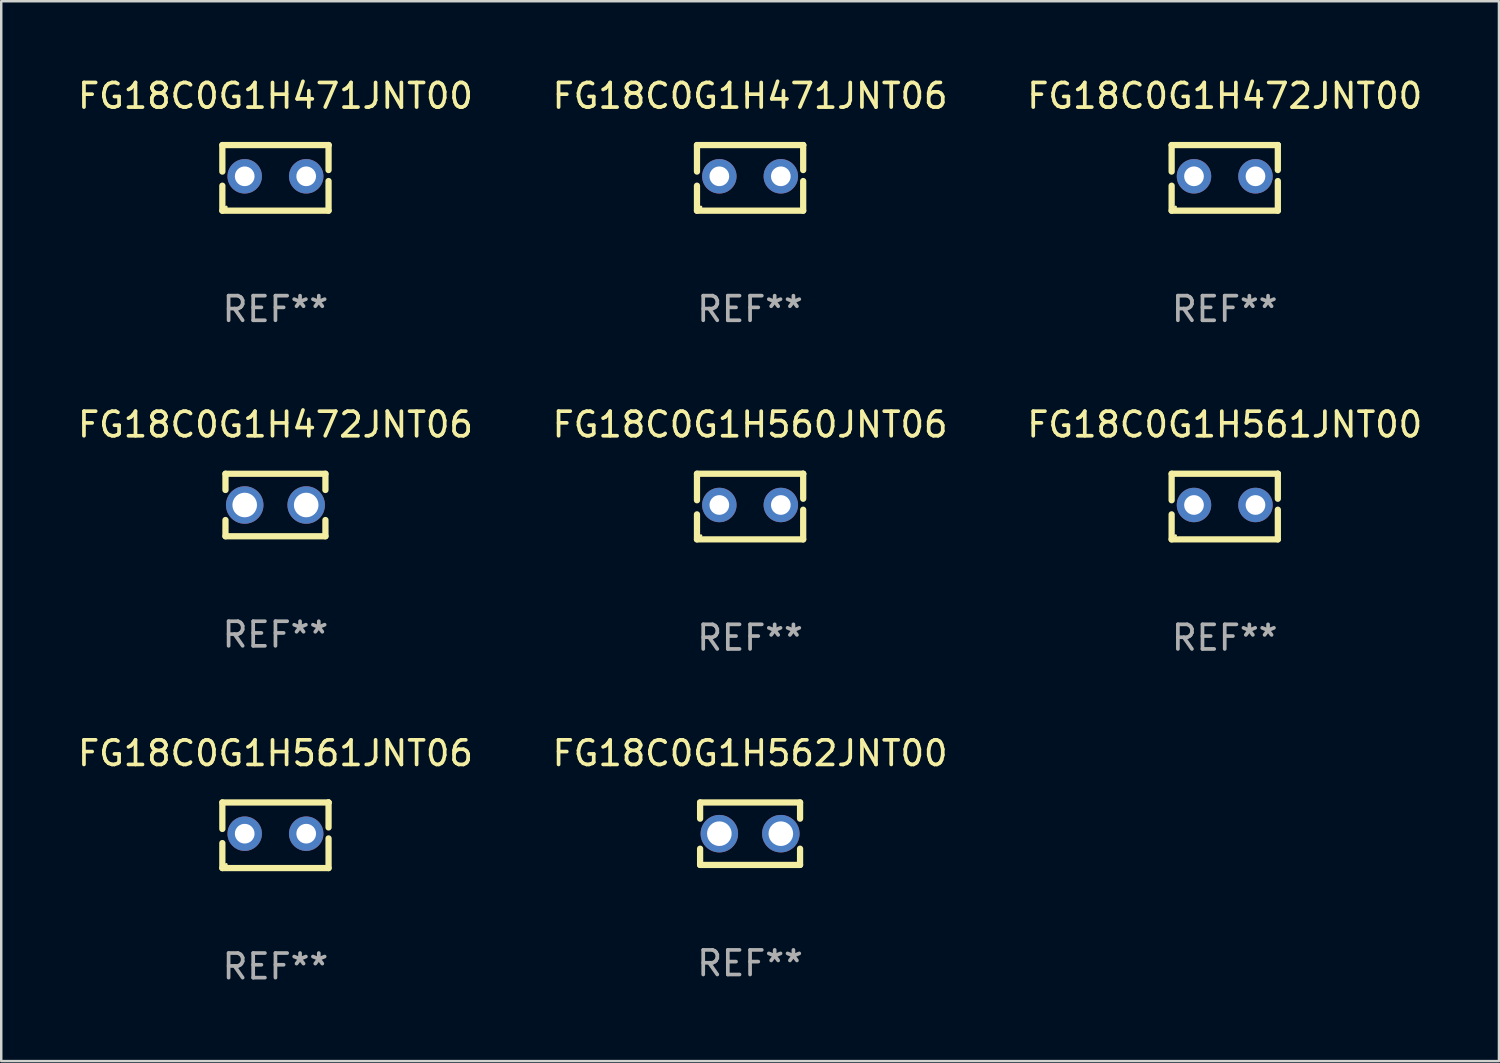
<source format=kicad_pcb>
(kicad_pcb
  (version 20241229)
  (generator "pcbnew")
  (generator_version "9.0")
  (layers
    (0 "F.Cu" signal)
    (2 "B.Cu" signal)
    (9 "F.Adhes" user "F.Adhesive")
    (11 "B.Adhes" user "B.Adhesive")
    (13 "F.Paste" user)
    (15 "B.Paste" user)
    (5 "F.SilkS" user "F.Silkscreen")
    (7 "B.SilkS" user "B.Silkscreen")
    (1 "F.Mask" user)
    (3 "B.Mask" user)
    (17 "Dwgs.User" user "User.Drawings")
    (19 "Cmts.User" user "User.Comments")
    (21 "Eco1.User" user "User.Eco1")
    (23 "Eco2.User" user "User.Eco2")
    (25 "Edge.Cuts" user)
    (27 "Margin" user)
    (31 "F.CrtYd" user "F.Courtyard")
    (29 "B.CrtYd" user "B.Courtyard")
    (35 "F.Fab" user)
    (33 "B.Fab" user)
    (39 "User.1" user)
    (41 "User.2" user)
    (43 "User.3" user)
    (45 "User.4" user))
  (footprint "FG18C0G1H561JNT00"
    (layer "F.Cu")
    (at 46.744 17.545)
    (property "Reference" "FG18C0G1H561JNT00" (at 0 -3.334 0) (layer "F.SilkS") (effects (font (size 1 1) (thickness 0.15))))
    (attr through_hole)
    (fp_line (start -2.159 -1.334) (end 2.159 -1.334) (stroke (width 0.254) (type solid)) (layer "F.SilkS"))
    (fp_line (start -2.159 -0.256) (end -2.159 -1.334) (stroke (width 0.254) (type solid)) (layer "F.SilkS"))
    (fp_line (start -2.159 1.334) (end -2.159 0.318) (stroke (width 0.254) (type solid)) (layer "F.SilkS"))
    (fp_line (start 2.159 -1.334) (end 2.159 -1.334) (stroke (width 0.254) (type solid)) (layer "F.SilkS"))
    (fp_line (start 2.159 -1.334) (end 2.159 -0.318) (stroke (width 0.254) (type solid)) (layer "F.SilkS"))
    (fp_line (start 2.159 0.129) (end 2.159 1.334) (stroke (width 0.254) (type solid)) (layer "F.SilkS"))
    (fp_line (start 2.159 1.334) (end -2.159 1.334) (stroke (width 0.254) (type solid)) (layer "F.SilkS"))
    (fp_circle (center -2 1.186) (end -1.97 1.186) (stroke (width 0.06) (type solid)) (fill no) (layer "F.SilkS"))
    (fp_text user "REF**" (at 0 5.334 0) (layer "F.Fab") (effects (font (size 1 1) (thickness 0.15))))
    (pad "1" thru_hole circle (at -1.25 -0.064) (size 1.4 1.4) (drill 0.8) (layers "*.Cu" "*.Mask"))
    (pad "2" thru_hole circle (at 1.25 -0.064) (size 1.4 1.4) (drill 0.8) (layers "*.Cu" "*.Mask")))
  (footprint "FG18C0G1H472JNT00"
    (layer "F.Cu")
    (at 46.744 4.182)
    (property "Reference" "FG18C0G1H472JNT00" (at 0 -3.334 0) (layer "F.SilkS") (effects (font (size 1 1) (thickness 0.15))))
    (attr through_hole)
    (fp_line (start -2.159 -1.334) (end 2.159 -1.334) (stroke (width 0.254) (type solid)) (layer "F.SilkS"))
    (fp_line (start -2.159 -0.256) (end -2.159 -1.334) (stroke (width 0.254) (type solid)) (layer "F.SilkS"))
    (fp_line (start -2.159 1.334) (end -2.159 0.318) (stroke (width 0.254) (type solid)) (layer "F.SilkS"))
    (fp_line (start 2.159 -1.334) (end 2.159 -1.334) (stroke (width 0.254) (type solid)) (layer "F.SilkS"))
    (fp_line (start 2.159 -1.334) (end 2.159 -0.318) (stroke (width 0.254) (type solid)) (layer "F.SilkS"))
    (fp_line (start 2.159 0.129) (end 2.159 1.334) (stroke (width 0.254) (type solid)) (layer "F.SilkS"))
    (fp_line (start 2.159 1.334) (end -2.159 1.334) (stroke (width 0.254) (type solid)) (layer "F.SilkS"))
    (fp_circle (center -2 1.186) (end -1.97 1.186) (stroke (width 0.06) (type solid)) (fill no) (layer "F.SilkS"))
    (fp_text user "REF**" (at 0 5.334 0) (layer "F.Fab") (effects (font (size 1 1) (thickness 0.15))))
    (pad "1" thru_hole circle (at -1.25 -0.064) (size 1.4 1.4) (drill 0.8) (layers "*.Cu" "*.Mask"))
    (pad "2" thru_hole circle (at 1.25 -0.064) (size 1.4 1.4) (drill 0.8) (layers "*.Cu" "*.Mask")))
  (footprint "FG18C0G1H471JNT00"
    (layer "F.Cu")
    (at 8.149 4.182)
    (property "Reference" "FG18C0G1H471JNT00" (at 0 -3.334 0) (layer "F.SilkS") (effects (font (size 1 1) (thickness 0.15))))
    (attr through_hole)
    (fp_line (start -2.159 -1.334) (end 2.159 -1.334) (stroke (width 0.254) (type solid)) (layer "F.SilkS"))
    (fp_line (start -2.159 -0.256) (end -2.159 -1.334) (stroke (width 0.254) (type solid)) (layer "F.SilkS"))
    (fp_line (start -2.159 1.334) (end -2.159 0.318) (stroke (width 0.254) (type solid)) (layer "F.SilkS"))
    (fp_line (start 2.159 -1.334) (end 2.159 -1.334) (stroke (width 0.254) (type solid)) (layer "F.SilkS"))
    (fp_line (start 2.159 -1.334) (end 2.159 -0.318) (stroke (width 0.254) (type solid)) (layer "F.SilkS"))
    (fp_line (start 2.159 0.129) (end 2.159 1.334) (stroke (width 0.254) (type solid)) (layer "F.SilkS"))
    (fp_line (start 2.159 1.334) (end -2.159 1.334) (stroke (width 0.254) (type solid)) (layer "F.SilkS"))
    (fp_circle (center -2 1.186) (end -1.97 1.186) (stroke (width 0.06) (type solid)) (fill no) (layer "F.SilkS"))
    (fp_text user "REF**" (at 0 5.334 0) (layer "F.Fab") (effects (font (size 1 1) (thickness 0.15))))
    (pad "1" thru_hole circle (at -1.25 -0.064) (size 1.4 1.4) (drill 0.8) (layers "*.Cu" "*.Mask"))
    (pad "2" thru_hole circle (at 1.25 -0.064) (size 1.4 1.4) (drill 0.8) (layers "*.Cu" "*.Mask")))
  (footprint "FG18C0G1H560JNT06"
    (layer "F.Cu")
    (at 27.446 17.545)
    (property "Reference" "FG18C0G1H560JNT06" (at 0 -3.334 0) (layer "F.SilkS") (effects (font (size 1 1) (thickness 0.15))))
    (attr through_hole)
    (fp_line (start -2.159 -1.334) (end 2.159 -1.334) (stroke (width 0.254) (type solid)) (layer "F.SilkS"))
    (fp_line (start -2.159 -0.256) (end -2.159 -1.334) (stroke (width 0.254) (type solid)) (layer "F.SilkS"))
    (fp_line (start -2.159 1.334) (end -2.159 0.318) (stroke (width 0.254) (type solid)) (layer "F.SilkS"))
    (fp_line (start 2.159 -1.334) (end 2.159 -1.334) (stroke (width 0.254) (type solid)) (layer "F.SilkS"))
    (fp_line (start 2.159 -1.334) (end 2.159 -0.318) (stroke (width 0.254) (type solid)) (layer "F.SilkS"))
    (fp_line (start 2.159 0.129) (end 2.159 1.334) (stroke (width 0.254) (type solid)) (layer "F.SilkS"))
    (fp_line (start 2.159 1.334) (end -2.159 1.334) (stroke (width 0.254) (type solid)) (layer "F.SilkS"))
    (fp_circle (center -2 1.186) (end -1.97 1.186) (stroke (width 0.06) (type solid)) (fill no) (layer "F.SilkS"))
    (fp_text user "REF**" (at 0 5.334 0) (layer "F.Fab") (effects (font (size 1 1) (thickness 0.15))))
    (pad "1" thru_hole circle (at -1.25 -0.064) (size 1.4 1.4) (drill 0.8) (layers "*.Cu" "*.Mask"))
    (pad "2" thru_hole circle (at 1.25 -0.064) (size 1.4 1.4) (drill 0.8) (layers "*.Cu" "*.Mask")))
  (footprint "FG18C0G1H471JNT06"
    (layer "F.Cu")
    (at 27.446 4.182)
    (property "Reference" "FG18C0G1H471JNT06" (at 0 -3.334 0) (layer "F.SilkS") (effects (font (size 1 1) (thickness 0.15))))
    (attr through_hole)
    (fp_line (start -2.159 -1.334) (end 2.159 -1.334) (stroke (width 0.254) (type solid)) (layer "F.SilkS"))
    (fp_line (start -2.159 -0.256) (end -2.159 -1.334) (stroke (width 0.254) (type solid)) (layer "F.SilkS"))
    (fp_line (start -2.159 1.334) (end -2.159 0.318) (stroke (width 0.254) (type solid)) (layer "F.SilkS"))
    (fp_line (start 2.159 -1.334) (end 2.159 -1.334) (stroke (width 0.254) (type solid)) (layer "F.SilkS"))
    (fp_line (start 2.159 -1.334) (end 2.159 -0.318) (stroke (width 0.254) (type solid)) (layer "F.SilkS"))
    (fp_line (start 2.159 0.129) (end 2.159 1.334) (stroke (width 0.254) (type solid)) (layer "F.SilkS"))
    (fp_line (start 2.159 1.334) (end -2.159 1.334) (stroke (width 0.254) (type solid)) (layer "F.SilkS"))
    (fp_circle (center -2 1.186) (end -1.97 1.186) (stroke (width 0.06) (type solid)) (fill no) (layer "F.SilkS"))
    (fp_text user "REF**" (at 0 5.334 0) (layer "F.Fab") (effects (font (size 1 1) (thickness 0.15))))
    (pad "1" thru_hole circle (at -1.25 -0.064) (size 1.4 1.4) (drill 0.8) (layers "*.Cu" "*.Mask"))
    (pad "2" thru_hole circle (at 1.25 -0.064) (size 1.4 1.4) (drill 0.8) (layers "*.Cu" "*.Mask")))
  (footprint "FG18C0G1H472JNT06"
    (layer "F.Cu")
    (at 8.149 17.482)
    (property "Reference" "FG18C0G1H472JNT06" (at 0 -3.27 0) (layer "F.SilkS") (effects (font (size 1 1) (thickness 0.15))))
    (attr through_hole)
    (fp_line (start -2.032 -1.27) (end -2.032 -0.611) (stroke (width 0.254) (type solid)) (layer "F.SilkS"))
    (fp_line (start -2.032 0.611) (end -2.032 1.27) (stroke (width 0.254) (type solid)) (layer "F.SilkS"))
    (fp_line (start -2.032 1.27) (end 2.032 1.27) (stroke (width 0.254) (type solid)) (layer "F.SilkS"))
    (fp_line (start 2.032 -1.27) (end -2.032 -1.27) (stroke (width 0.254) (type solid)) (layer "F.SilkS"))
    (fp_line (start 2.032 -0.611) (end 2.032 -1.27) (stroke (width 0.254) (type solid)) (layer "F.SilkS"))
    (fp_line (start 2.032 1.27) (end 2.032 0.611) (stroke (width 0.254) (type solid)) (layer "F.SilkS"))
    (fp_circle (center -2 1.25) (end -1.97 1.25) (stroke (width 0.06) (type solid)) (fill no) (layer "F.SilkS"))
    (fp_text user "REF**" (at 0 5.27 0) (layer "F.Fab") (effects (font (size 1 1) (thickness 0.15))))
    (pad "1" thru_hole circle (at -1.25 0) (size 1.524 1.524) (drill 1) (layers "*.Cu" "*.Mask"))
    (pad "2" thru_hole circle (at 1.25 0) (size 1.524 1.524) (drill 1) (layers "*.Cu" "*.Mask")))
  (footprint "FG18C0G1H562JNT00"
    (layer "F.Cu")
    (at 27.446 30.845)
    (property "Reference" "FG18C0G1H562JNT00" (at 0 -3.27 0) (layer "F.SilkS") (effects (font (size 1 1) (thickness 0.15))))
    (attr through_hole)
    (fp_line (start -2.032 -1.27) (end -2.032 -0.611) (stroke (width 0.254) (type solid)) (layer "F.SilkS"))
    (fp_line (start -2.032 0.611) (end -2.032 1.27) (stroke (width 0.254) (type solid)) (layer "F.SilkS"))
    (fp_line (start -2.032 1.27) (end 2.032 1.27) (stroke (width 0.254) (type solid)) (layer "F.SilkS"))
    (fp_line (start 2.032 -1.27) (end -2.032 -1.27) (stroke (width 0.254) (type solid)) (layer "F.SilkS"))
    (fp_line (start 2.032 -0.611) (end 2.032 -1.27) (stroke (width 0.254) (type solid)) (layer "F.SilkS"))
    (fp_line (start 2.032 1.27) (end 2.032 0.611) (stroke (width 0.254) (type solid)) (layer "F.SilkS"))
    (fp_circle (center -2 1.25) (end -1.97 1.25) (stroke (width 0.06) (type solid)) (fill no) (layer "F.SilkS"))
    (fp_text user "REF**" (at 0 5.27 0) (layer "F.Fab") (effects (font (size 1 1) (thickness 0.15))))
    (pad "1" thru_hole circle (at -1.25 0) (size 1.524 1.524) (drill 1) (layers "*.Cu" "*.Mask"))
    (pad "2" thru_hole circle (at 1.25 0) (size 1.524 1.524) (drill 1) (layers "*.Cu" "*.Mask")))
  (footprint "FG18C0G1H561JNT06"
    (layer "F.Cu")
    (at 8.149 30.909)
    (property "Reference" "FG18C0G1H561JNT06" (at 0 -3.334 0) (layer "F.SilkS") (effects (font (size 1 1) (thickness 0.15))))
    (attr through_hole)
    (fp_line (start -2.159 -1.334) (end 2.159 -1.334) (stroke (width 0.254) (type solid)) (layer "F.SilkS"))
    (fp_line (start -2.159 -0.256) (end -2.159 -1.334) (stroke (width 0.254) (type solid)) (layer "F.SilkS"))
    (fp_line (start -2.159 1.334) (end -2.159 0.318) (stroke (width 0.254) (type solid)) (layer "F.SilkS"))
    (fp_line (start 2.159 -1.334) (end 2.159 -1.334) (stroke (width 0.254) (type solid)) (layer "F.SilkS"))
    (fp_line (start 2.159 -1.334) (end 2.159 -0.318) (stroke (width 0.254) (type solid)) (layer "F.SilkS"))
    (fp_line (start 2.159 0.129) (end 2.159 1.334) (stroke (width 0.254) (type solid)) (layer "F.SilkS"))
    (fp_line (start 2.159 1.334) (end -2.159 1.334) (stroke (width 0.254) (type solid)) (layer "F.SilkS"))
    (fp_circle (center -2 1.186) (end -1.97 1.186) (stroke (width 0.06) (type solid)) (fill no) (layer "F.SilkS"))
    (fp_text user "REF**" (at 0 5.334 0) (layer "F.Fab") (effects (font (size 1 1) (thickness 0.15))))
    (pad "1" thru_hole circle (at -1.25 -0.064) (size 1.4 1.4) (drill 0.8) (layers "*.Cu" "*.Mask"))
    (pad "2" thru_hole circle (at 1.25 -0.064) (size 1.4 1.4) (drill 0.8) (layers "*.Cu" "*.Mask")))
  (gr_rect
    (start -3 -3)
    (end 57.893 40.091)
    (stroke (width 0.1) (type default))
    (fill no)
    (layer "Edge.Cuts")))
</source>
